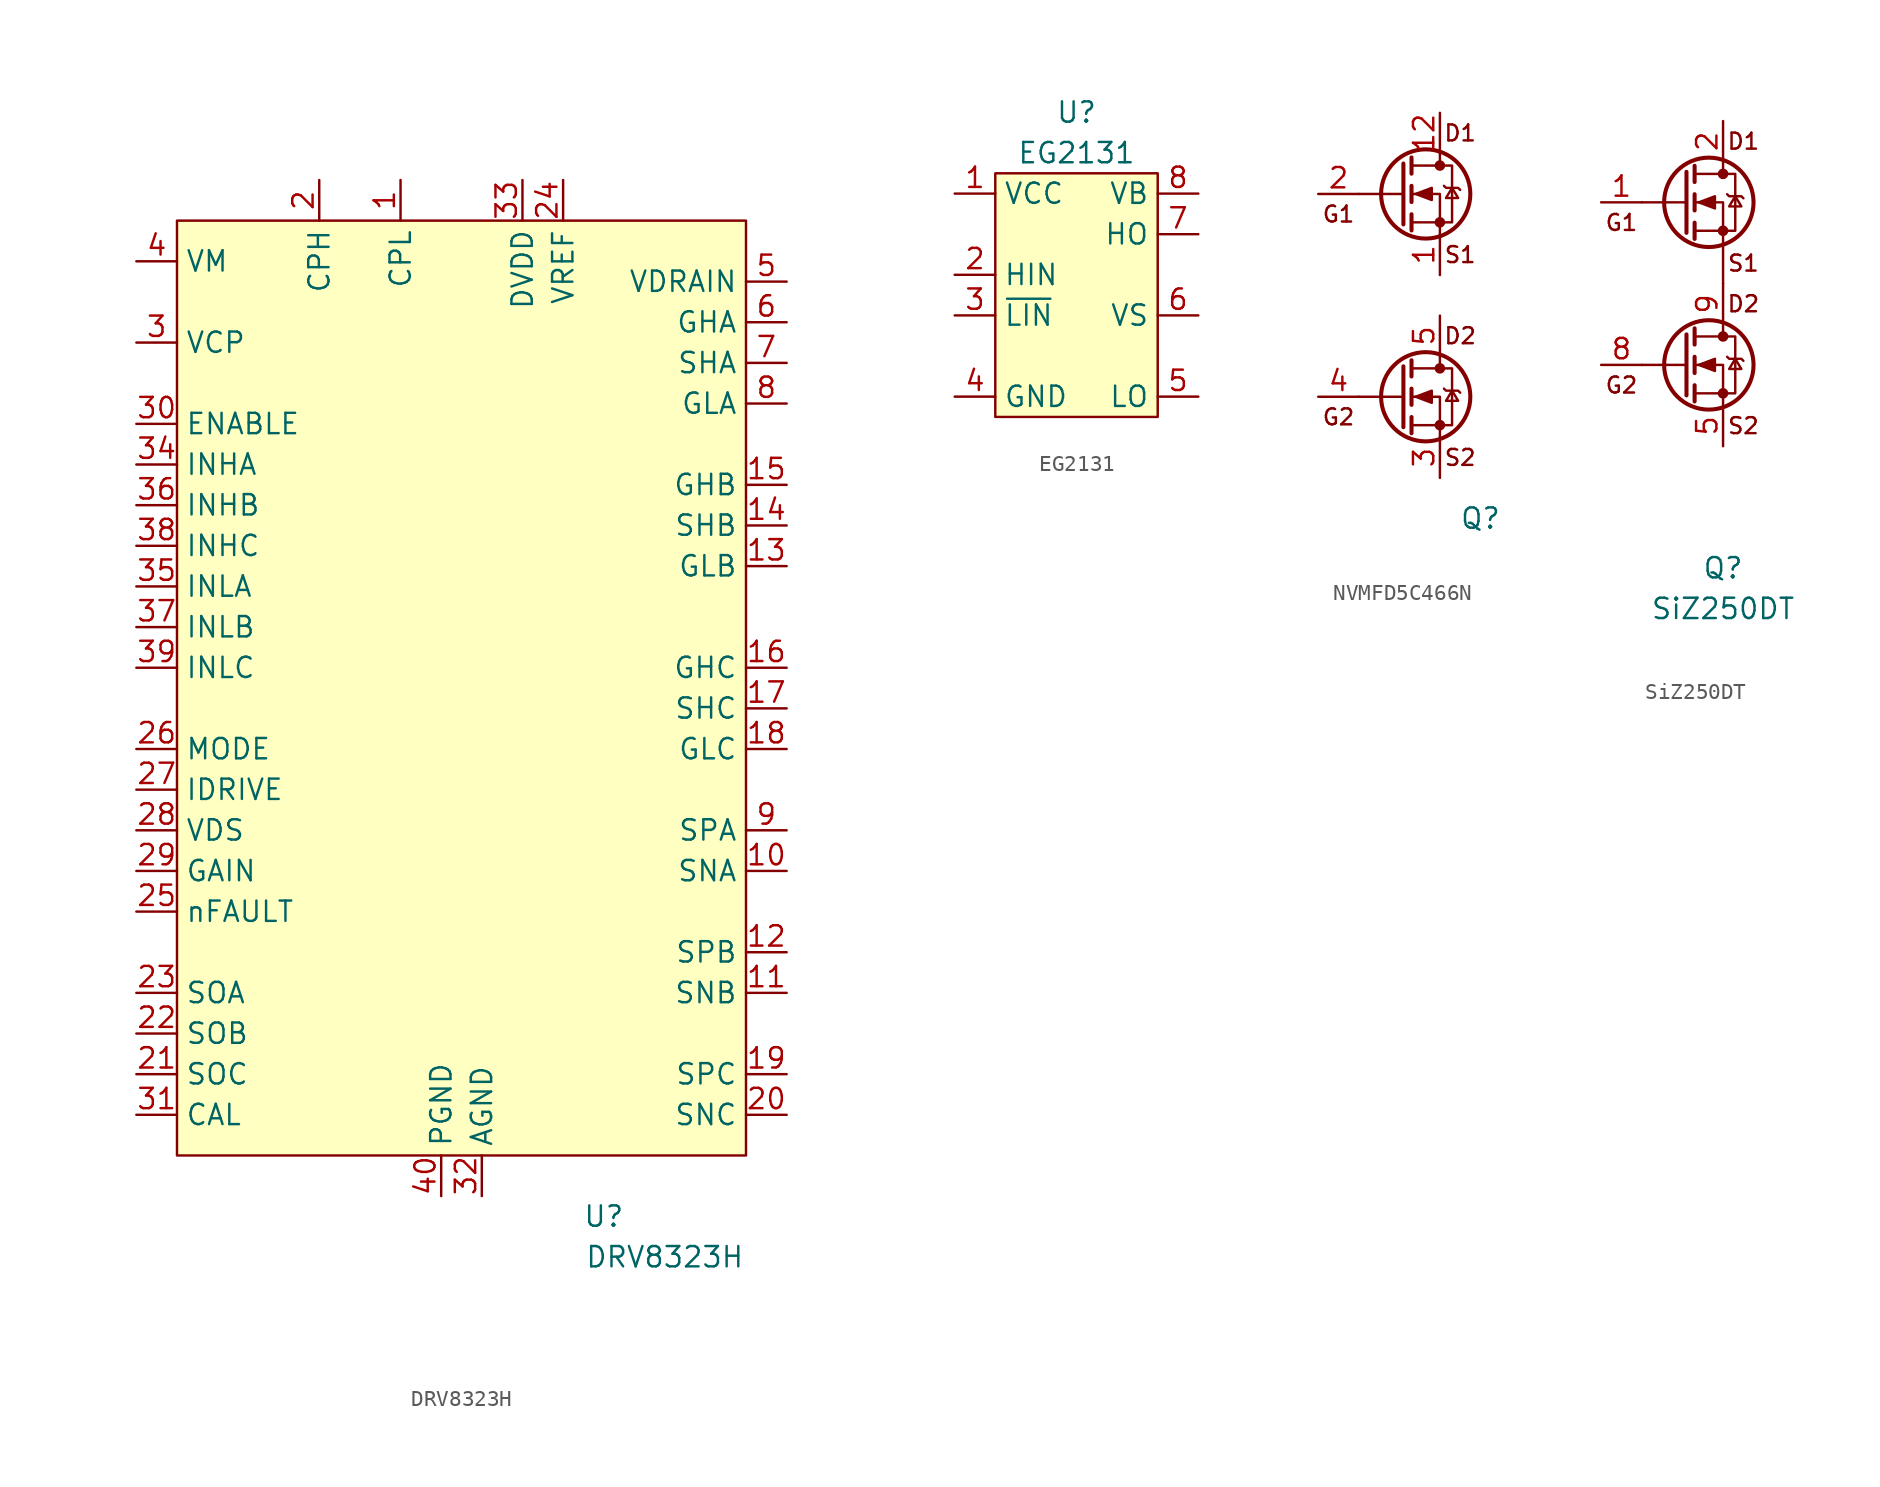
<source format=kicad_sym>
(kicad_symbol_lib
  (version 20220914)
  (generator kicad_symbol_editor)
  (symbol "DRV8323H"
    (property "Reference" "U"
      (at 8.89 -34.29 0)
      (effects (font (size 1.27 1.27))))
    (property "Value" "DRV8323H"
      (at 12.7 -36.83 0)
      (effects (font (size 1.27 1.27))))
    (symbol "DRV8323H_0_0"
      (pin power_in line (at -3.81 30.48 270) (length 2.54) (name "CPL" (effects (font (size 1.27 1.27)))) (number "1" (effects (font (size 1.27 1.27)))))
      (pin input line (at 20.32 -12.7 180) (length 2.54) (name "SNA" (effects (font (size 1.27 1.27)))) (number "10" (effects (font (size 1.27 1.27)))))
      (pin input line (at 20.32 -20.32 180) (length 2.54) (name "SNB" (effects (font (size 1.27 1.27)))) (number "11" (effects (font (size 1.27 1.27)))))
      (pin input line (at 20.32 -17.78 180) (length 2.54) (name "SPB" (effects (font (size 1.27 1.27)))) (number "12" (effects (font (size 1.27 1.27)))))
      (pin output line (at 20.32 6.35 180) (length 2.54) (name "GLB" (effects (font (size 1.27 1.27)))) (number "13" (effects (font (size 1.27 1.27)))))
      (pin input line (at 20.32 8.89 180) (length 2.54) (name "SHB" (effects (font (size 1.27 1.27)))) (number "14" (effects (font (size 1.27 1.27)))))
      (pin output line (at 20.32 11.43 180) (length 2.54) (name "GHB" (effects (font (size 1.27 1.27)))) (number "15" (effects (font (size 1.27 1.27)))))
      (pin output line (at 20.32 0 180) (length 2.54) (name "GHC" (effects (font (size 1.27 1.27)))) (number "16" (effects (font (size 1.27 1.27)))))
      (pin input line (at 20.32 -2.54 180) (length 2.54) (name "SHC" (effects (font (size 1.27 1.27)))) (number "17" (effects (font (size 1.27 1.27)))))
      (pin output line (at 20.32 -5.08 180) (length 2.54) (name "GLC" (effects (font (size 1.27 1.27)))) (number "18" (effects (font (size 1.27 1.27)))))
      (pin input line (at 20.32 -25.4 180) (length 2.54) (name "SPC" (effects (font (size 1.27 1.27)))) (number "19" (effects (font (size 1.27 1.27)))))
      (pin power_in line (at -8.89 30.48 270) (length 2.54) (name "CPH" (effects (font (size 1.27 1.27)))) (number "2" (effects (font (size 1.27 1.27)))))
      (pin input line (at 20.32 -27.94 180) (length 2.54) (name "SNC" (effects (font (size 1.27 1.27)))) (number "20" (effects (font (size 1.27 1.27)))))
      (pin output line (at -20.32 -25.4 0) (length 2.54) (name "SOC" (effects (font (size 1.27 1.27)))) (number "21" (effects (font (size 1.27 1.27)))))
      (pin output line (at -20.32 -22.86 0) (length 2.54) (name "SOB" (effects (font (size 1.27 1.27)))) (number "22" (effects (font (size 1.27 1.27)))))
      (pin output line (at -20.32 -20.32 0) (length 2.54) (name "SOA" (effects (font (size 1.27 1.27)))) (number "23" (effects (font (size 1.27 1.27)))))
      (pin power_in line (at 6.35 30.48 270) (length 2.54) (name "VREF" (effects (font (size 1.27 1.27)))) (number "24" (effects (font (size 1.27 1.27)))))
      (pin output line (at -20.32 -15.24 0) (length 2.54) (name "nFAULT" (effects (font (size 1.27 1.27)))) (number "25" (effects (font (size 1.27 1.27)))))
      (pin input line (at -20.32 -5.08 0) (length 2.54) (name "MODE" (effects (font (size 1.27 1.27)))) (number "26" (effects (font (size 1.27 1.27)))))
      (pin input line (at -20.32 -7.62 0) (length 2.54) (name "IDRIVE" (effects (font (size 1.27 1.27)))) (number "27" (effects (font (size 1.27 1.27)))))
      (pin input line (at -20.32 -10.16 0) (length 2.54) (name "VDS" (effects (font (size 1.27 1.27)))) (number "28" (effects (font (size 1.27 1.27)))))
      (pin input line (at -20.32 -12.7 0) (length 2.54) (name "GAIN" (effects (font (size 1.27 1.27)))) (number "29" (effects (font (size 1.27 1.27)))))
      (pin power_out line (at -20.32 20.32 0) (length 2.54) (name "VCP" (effects (font (size 1.27 1.27)))) (number "3" (effects (font (size 1.27 1.27)))))
      (pin input line (at -20.32 15.24 0) (length 2.54) (name "ENABLE" (effects (font (size 1.27 1.27)))) (number "30" (effects (font (size 1.27 1.27)))))
      (pin input line (at -20.32 -27.94 0) (length 2.54) (name "CAL" (effects (font (size 1.27 1.27)))) (number "31" (effects (font (size 1.27 1.27)))))
      (pin power_in line (at 1.27 -33.02 90) (length 2.54) (name "AGND" (effects (font (size 1.27 1.27)))) (number "32" (effects (font (size 1.27 1.27)))))
      (pin power_out line (at 3.81 30.48 270) (length 2.54) (name "DVDD" (effects (font (size 1.27 1.27)))) (number "33" (effects (font (size 1.27 1.27)))))
      (pin input line (at -20.32 12.7 0) (length 2.54) (name "INHA" (effects (font (size 1.27 1.27)))) (number "34" (effects (font (size 1.27 1.27)))))
      (pin input line (at -20.32 5.08 0) (length 2.54) (name "INLA" (effects (font (size 1.27 1.27)))) (number "35" (effects (font (size 1.27 1.27)))))
      (pin input line (at -20.32 10.16 0) (length 2.54) (name "INHB" (effects (font (size 1.27 1.27)))) (number "36" (effects (font (size 1.27 1.27)))))
      (pin input line (at -20.32 2.54 0) (length 2.54) (name "INLB" (effects (font (size 1.27 1.27)))) (number "37" (effects (font (size 1.27 1.27)))))
      (pin input line (at -20.32 7.62 0) (length 2.54) (name "INHC" (effects (font (size 1.27 1.27)))) (number "38" (effects (font (size 1.27 1.27)))))
      (pin input line (at -20.32 0 0) (length 2.54) (name "INLC" (effects (font (size 1.27 1.27)))) (number "39" (effects (font (size 1.27 1.27)))))
      (pin power_in line (at -20.32 25.4 0) (length 2.54) (name "VM" (effects (font (size 1.27 1.27)))) (number "4" (effects (font (size 1.27 1.27)))))
      (pin power_in line (at -1.27 -33.02 90) (length 2.54) (name "PGND" (effects (font (size 1.27 1.27)))) (number "40" (effects (font (size 1.27 1.27)))))
      (pin input line (at 20.32 24.13 180) (length 2.54) (name "VDRAIN" (effects (font (size 1.27 1.27)))) (number "5" (effects (font (size 1.27 1.27)))))
      (pin output line (at 20.32 21.59 180) (length 2.54) (name "GHA" (effects (font (size 1.27 1.27)))) (number "6" (effects (font (size 1.27 1.27)))))
      (pin input line (at 20.32 19.05 180) (length 2.54) (name "SHA" (effects (font (size 1.27 1.27)))) (number "7" (effects (font (size 1.27 1.27)))))
      (pin output line (at 20.32 16.51 180) (length 2.54) (name "GLA" (effects (font (size 1.27 1.27)))) (number "8" (effects (font (size 1.27 1.27)))))
      (pin input line (at 20.32 -10.16 180) (length 2.54) (name "SPA" (effects (font (size 1.27 1.27)))) (number "9" (effects (font (size 1.27 1.27))))))
    (symbol "DRV8323H_1_0"
      (pin power_in line (at -1.27 -33.02 90) (length 2.54) hide (name "GND" (effects (font (size 1.27 1.27)))) (number "41" (effects (font (size 1.27 1.27))))))
    (symbol "DRV8323H_1_1"
      (rectangle (start -17.78 27.94) (end 17.78 -30.48) (stroke (width 0) (type default)) (fill (type background)))))
  (symbol "EG2131"
    (property "Reference" "U"
      (at 0 11.43 0)
      (effects (font (size 1.27 1.27))))
    (property "Value" "EG2131"
      (at 0 8.89 0)
      (effects (font (size 1.27 1.27))))
    (symbol "EG2131_0_0"
      (pin power_in line (at -7.62 6.35 0) (length 2.54) (name "VCC" (effects (font (size 1.27 1.27)))) (number "1" (effects (font (size 1.27 1.27)))))
      (pin input line (at -7.62 1.27 0) (length 2.54) (name "HIN" (effects (font (size 1.27 1.27)))) (number "2" (effects (font (size 1.27 1.27)))))
      (pin input line (at -7.62 -1.27 0) (length 2.54) (name "~{LIN}" (effects (font (size 1.27 1.27)))) (number "3" (effects (font (size 1.27 1.27)))))
      (pin power_in line (at -7.62 -6.35 0) (length 2.54) (name "GND" (effects (font (size 1.27 1.27)))) (number "4" (effects (font (size 1.27 1.27)))))
      (pin output line (at 7.62 -6.35 180) (length 2.54) (name "LO" (effects (font (size 1.27 1.27)))) (number "5" (effects (font (size 1.27 1.27)))))
      (pin output line (at 7.62 -1.27 180) (length 2.54) (name "VS" (effects (font (size 1.27 1.27)))) (number "6" (effects (font (size 1.27 1.27)))))
      (pin output line (at 7.62 3.81 180) (length 2.54) (name "HO" (effects (font (size 1.27 1.27)))) (number "7" (effects (font (size 1.27 1.27)))))
      (pin power_in line (at 7.62 6.35 180) (length 2.54) (name "VB" (effects (font (size 1.27 1.27)))) (number "8" (effects (font (size 1.27 1.27))))))
    (symbol "EG2131_0_1"
      (rectangle (start -5.08 7.62) (end 5.08 -7.62) (stroke (width 0) (type default)) (fill (type background)))))
  (symbol "NVMFD5C466N"
    (pin_names hide)
    (property "Reference" "Q"
      (at 2.54 -13.97 0)
      (effects (font (size 1.27 1.27))))
    (property "Value" ""
      (at -6.35 2.54 0)
      (effects (font (size 1.27 1.27))))
    (symbol "NVMFD5C466N_0_1"
      (circle (center -0.889 -6.35) (radius 2.794) (stroke (width 0.254) (type default)) (fill (type none)))
      (circle (center -0.889 6.35) (radius 2.794) (stroke (width 0.254) (type default)) (fill (type none)))
      (circle (center 0 -8.128) (radius 0.254) (stroke (width 0) (type default)) (fill (type outline)))
      (circle (center 0 -4.572) (radius 0.254) (stroke (width 0) (type default)) (fill (type outline)))
      (polyline (pts (xy -2.286 -6.35) (xy -5.08 -6.35)) (stroke (width 0) (type default)) (fill (type none)))
      (polyline (pts (xy -2.286 -4.445) (xy -2.286 -8.255)) (stroke (width 0.254) (type default)) (fill (type none)))
      (polyline (pts (xy -2.286 6.35) (xy -5.08 6.35)) (stroke (width 0) (type default)) (fill (type none)))
      (polyline (pts (xy -2.286 8.255) (xy -2.286 4.445)) (stroke (width 0.254) (type default)) (fill (type none)))
      (polyline (pts (xy -1.778 -7.62) (xy -1.778 -8.636)) (stroke (width 0.254) (type default)) (fill (type none)))
      (polyline (pts (xy -1.778 -5.842) (xy -1.778 -6.858)) (stroke (width 0.254) (type default)) (fill (type none)))
      (polyline (pts (xy -1.778 -4.064) (xy -1.778 -5.08)) (stroke (width 0.254) (type default)) (fill (type none)))
      (polyline (pts (xy -1.778 5.08) (xy -1.778 4.064)) (stroke (width 0.254) (type default)) (fill (type none)))
      (polyline (pts (xy -1.778 6.858) (xy -1.778 5.842)) (stroke (width 0.254) (type default)) (fill (type none)))
      (polyline (pts (xy -1.778 8.636) (xy -1.778 7.62)) (stroke (width 0.254) (type default)) (fill (type none)))
      (polyline (pts (xy 0 -3.81) (xy 0 -4.572)) (stroke (width 0) (type default)) (fill (type none)))
      (polyline (pts (xy 0 8.89) (xy 0 8.128)) (stroke (width 0) (type default)) (fill (type none)))
      (polyline (pts (xy 0 -8.89) (xy 0 -6.35) (xy -1.778 -6.35)) (stroke (width 0) (type default)) (fill (type none)))
      (polyline (pts (xy 0 3.81) (xy 0 6.35) (xy -1.778 6.35)) (stroke (width 0) (type default)) (fill (type none)))
      (polyline (pts (xy -1.778 -8.128) (xy 0.762 -8.128) (xy 0.762 -4.572) (xy -1.778 -4.572)) (stroke (width 0) (type default)) (fill (type none)))
      (polyline (pts (xy -1.778 4.572) (xy 0.762 4.572) (xy 0.762 8.128) (xy -1.778 8.128)) (stroke (width 0) (type default)) (fill (type none)))
      (polyline (pts (xy -1.524 -6.35) (xy -0.508 -5.969) (xy -0.508 -6.731) (xy -1.524 -6.35)) (stroke (width 0) (type default)) (fill (type outline)))
      (polyline (pts (xy -1.524 6.35) (xy -0.508 6.731) (xy -0.508 5.969) (xy -1.524 6.35)) (stroke (width 0) (type default)) (fill (type outline)))
      (polyline (pts (xy 0.254 -5.842) (xy 0.381 -5.969) (xy 1.143 -5.969) (xy 1.27 -6.096)) (stroke (width 0) (type default)) (fill (type none)))
      (polyline (pts (xy 0.254 6.858) (xy 0.381 6.731) (xy 1.143 6.731) (xy 1.27 6.604)) (stroke (width 0) (type default)) (fill (type none)))
      (polyline (pts (xy 0.762 -5.969) (xy 0.381 -6.604) (xy 1.143 -6.604) (xy 0.762 -5.969)) (stroke (width 0) (type default)) (fill (type none)))
      (polyline (pts (xy 0.762 6.731) (xy 0.381 6.096) (xy 1.143 6.096) (xy 0.762 6.731)) (stroke (width 0) (type default)) (fill (type none)))
      (circle (center 0 4.572) (radius 0.254) (stroke (width 0) (type default)) (fill (type outline)))
      (circle (center 0 8.128) (radius 0.254) (stroke (width 0) (type default)) (fill (type outline))))
    (symbol "NVMFD5C466N_1_1"
      (text "D1" (at 1.27 10.16 0) (effects (font (size 1 1))))
      (text "D2" (at 1.27 -2.54 0) (effects (font (size 1 1))))
      (text "G1" (at -6.35 5.08 0) (effects (font (size 1 1))))
      (text "G2" (at -6.35 -7.62 0) (effects (font (size 1 1))))
      (text "S1" (at 1.27 2.54 0) (effects (font (size 1 1))))
      (text "S2" (at 1.27 -10.16 0) (effects (font (size 1 1))))
      (pin passive line (at 0 1.27 90) (length 2.54) (name "S1" (effects (font (size 1.27 1.27)))) (number "1" (effects (font (size 1.27 1.27)))))
      (pin passive line (at 0 11.43 270) (length 2.54) hide (name "D1" (effects (font (size 1.27 1.27)))) (number "10" (effects (font (size 1.27 1.27)))))
      (pin passive line (at 0 11.43 270) (length 2.54) hide (name "D1" (effects (font (size 1.27 1.27)))) (number "11" (effects (font (size 1.27 1.27)))))
      (pin passive line (at 0 11.43 270) (length 2.54) (name "D1" (effects (font (size 1.27 1.27)))) (number "12" (effects (font (size 1.27 1.27)))))
      (pin passive line (at -7.62 6.35 0) (length 2.54) (name "G1" (effects (font (size 1.27 1.27)))) (number "2" (effects (font (size 1.27 1.27)))))
      (pin passive line (at 0 -11.43 90) (length 2.54) (name "S2" (effects (font (size 1.27 1.27)))) (number "3" (effects (font (size 1.27 1.27)))))
      (pin passive line (at -7.62 -6.35 0) (length 2.54) (name "G2" (effects (font (size 1.27 1.27)))) (number "4" (effects (font (size 1.27 1.27)))))
      (pin passive line (at 0 -1.27 270) (length 2.54) (name "D2" (effects (font (size 1.27 1.27)))) (number "5" (effects (font (size 1.27 1.27)))))
      (pin passive line (at 0 -1.27 270) (length 2.54) hide (name "D2" (effects (font (size 1.27 1.27)))) (number "6" (effects (font (size 1.27 1.27)))))
      (pin passive line (at 0 -1.27 270) (length 2.54) hide (name "D2" (effects (font (size 1.27 1.27)))) (number "7" (effects (font (size 1.27 1.27)))))
      (pin passive line (at 0 -1.27 270) (length 2.54) hide (name "D2" (effects (font (size 1.27 1.27)))) (number "8" (effects (font (size 1.27 1.27)))))
      (pin passive line (at 0 11.43 270) (length 2.54) hide (name "D1" (effects (font (size 1.27 1.27)))) (number "9" (effects (font (size 1.27 1.27)))))))
  (symbol "SiZ250DT"
    (pin_names hide)
    (property "Reference" "Q"
      (at 0 -17.78 0)
      (effects (font (size 1.27 1.27))))
    (property "Value" "SiZ250DT"
      (at 0 -20.32 0)
      (effects (font (size 1.27 1.27))))
    (symbol "SiZ250DT_0_1"
      (circle (center -0.889 -5.08) (radius 2.794) (stroke (width 0.254) (type default)) (fill (type none)))
      (circle (center -0.889 5.08) (radius 2.794) (stroke (width 0.254) (type default)) (fill (type none)))
      (circle (center 0 -6.858) (radius 0.254) (stroke (width 0) (type default)) (fill (type outline)))
      (circle (center 0 -3.302) (radius 0.254) (stroke (width 0) (type default)) (fill (type outline)))
      (polyline (pts (xy -2.286 -5.08) (xy -5.08 -5.08)) (stroke (width 0) (type default)) (fill (type none)))
      (polyline (pts (xy -2.286 -3.175) (xy -2.286 -6.985)) (stroke (width 0.254) (type default)) (fill (type none)))
      (polyline (pts (xy -2.286 5.08) (xy -5.08 5.08)) (stroke (width 0) (type default)) (fill (type none)))
      (polyline (pts (xy -2.286 6.985) (xy -2.286 3.175)) (stroke (width 0.254) (type default)) (fill (type none)))
      (polyline (pts (xy -1.778 -6.35) (xy -1.778 -7.366)) (stroke (width 0.254) (type default)) (fill (type none)))
      (polyline (pts (xy -1.778 -4.572) (xy -1.778 -5.588)) (stroke (width 0.254) (type default)) (fill (type none)))
      (polyline (pts (xy -1.778 -2.794) (xy -1.778 -3.81)) (stroke (width 0.254) (type default)) (fill (type none)))
      (polyline (pts (xy -1.778 3.81) (xy -1.778 2.794)) (stroke (width 0.254) (type default)) (fill (type none)))
      (polyline (pts (xy -1.778 5.588) (xy -1.778 4.572)) (stroke (width 0.254) (type default)) (fill (type none)))
      (polyline (pts (xy -1.778 7.366) (xy -1.778 6.35)) (stroke (width 0.254) (type default)) (fill (type none)))
      (polyline (pts (xy 0 -2.54) (xy 0 -3.302)) (stroke (width 0) (type default)) (fill (type none)))
      (polyline (pts (xy 0 2.54) (xy 0 0)) (stroke (width 0) (type default)) (fill (type none)))
      (polyline (pts (xy 0 7.62) (xy 0 6.858)) (stroke (width 0) (type default)) (fill (type none)))
      (polyline (pts (xy 0 -7.62) (xy 0 -5.08) (xy -1.778 -5.08)) (stroke (width 0) (type default)) (fill (type none)))
      (polyline (pts (xy 0 2.54) (xy 0 5.08) (xy -1.778 5.08)) (stroke (width 0) (type default)) (fill (type none)))
      (polyline (pts (xy -1.778 -6.858) (xy 0.762 -6.858) (xy 0.762 -3.302) (xy -1.778 -3.302)) (stroke (width 0) (type default)) (fill (type none)))
      (polyline (pts (xy -1.778 3.302) (xy 0.762 3.302) (xy 0.762 6.858) (xy -1.778 6.858)) (stroke (width 0) (type default)) (fill (type none)))
      (polyline (pts (xy -1.524 -5.08) (xy -0.508 -4.699) (xy -0.508 -5.461) (xy -1.524 -5.08)) (stroke (width 0) (type default)) (fill (type outline)))
      (polyline (pts (xy -1.524 5.08) (xy -0.508 5.461) (xy -0.508 4.699) (xy -1.524 5.08)) (stroke (width 0) (type default)) (fill (type outline)))
      (polyline (pts (xy 0.254 -4.572) (xy 0.381 -4.699) (xy 1.143 -4.699) (xy 1.27 -4.826)) (stroke (width 0) (type default)) (fill (type none)))
      (polyline (pts (xy 0.254 5.588) (xy 0.381 5.461) (xy 1.143 5.461) (xy 1.27 5.334)) (stroke (width 0) (type default)) (fill (type none)))
      (polyline (pts (xy 0.762 -4.699) (xy 0.381 -5.334) (xy 1.143 -5.334) (xy 0.762 -4.699)) (stroke (width 0) (type default)) (fill (type none)))
      (polyline (pts (xy 0.762 5.461) (xy 0.381 4.826) (xy 1.143 4.826) (xy 0.762 5.461)) (stroke (width 0) (type default)) (fill (type none)))
      (circle (center 0 3.302) (radius 0.254) (stroke (width 0) (type default)) (fill (type outline)))
      (circle (center 0 6.858) (radius 0.254) (stroke (width 0) (type default)) (fill (type outline))))
    (symbol "SiZ250DT_1_1"
      (text "D1" (at 1.27 8.89 0) (effects (font (size 1 1))))
      (text "D2" (at 1.27 -1.27 0) (effects (font (size 1 1))))
      (text "G1" (at -6.35 3.81 0) (effects (font (size 1 1))))
      (text "G2" (at -6.35 -6.35 0) (effects (font (size 1 1))))
      (text "S1" (at 1.27 1.27 0) (effects (font (size 1 1))))
      (text "S2" (at 1.27 -8.89 0) (effects (font (size 1 1))))
      (pin passive line (at -7.62 5.08 0) (length 2.54) (name "G1" (effects (font (size 1.27 1.27)))) (number "1" (effects (font (size 1.27 1.27)))))
      (pin passive line (at 0 10.16 270) (length 2.54) hide (name "D1" (effects (font (size 1.27 1.27)))) (number "10" (effects (font (size 1.27 1.27)))))
      (pin passive line (at 0 10.16 270) (length 2.54) (name "D1" (effects (font (size 1.27 1.27)))) (number "2" (effects (font (size 1.27 1.27)))))
      (pin passive line (at 0 10.16 270) (length 2.54) hide (name "D1" (effects (font (size 1.27 1.27)))) (number "3" (effects (font (size 1.27 1.27)))))
      (pin passive line (at 0 10.16 270) (length 2.54) hide (name "D1" (effects (font (size 1.27 1.27)))) (number "4" (effects (font (size 1.27 1.27)))))
      (pin passive line (at 0 -10.16 90) (length 2.54) (name "S2" (effects (font (size 1.27 1.27)))) (number "5" (effects (font (size 1.27 1.27)))))
      (pin passive line (at 0 -10.16 90) (length 2.54) hide (name "S2" (effects (font (size 1.27 1.27)))) (number "6" (effects (font (size 1.27 1.27)))))
      (pin passive line (at 0 -10.16 90) (length 2.54) hide (name "S2" (effects (font (size 1.27 1.27)))) (number "7" (effects (font (size 1.27 1.27)))))
      (pin passive line (at -7.62 -5.08 0) (length 2.54) (name "G2" (effects (font (size 1.27 1.27)))) (number "8" (effects (font (size 1.27 1.27)))))
      (pin passive line (at 0 0 270) (length 2.54) (name "S1D2" (effects (font (size 1.27 1.27)))) (number "9" (effects (font (size 1.27 1.27))))))))
</source>
